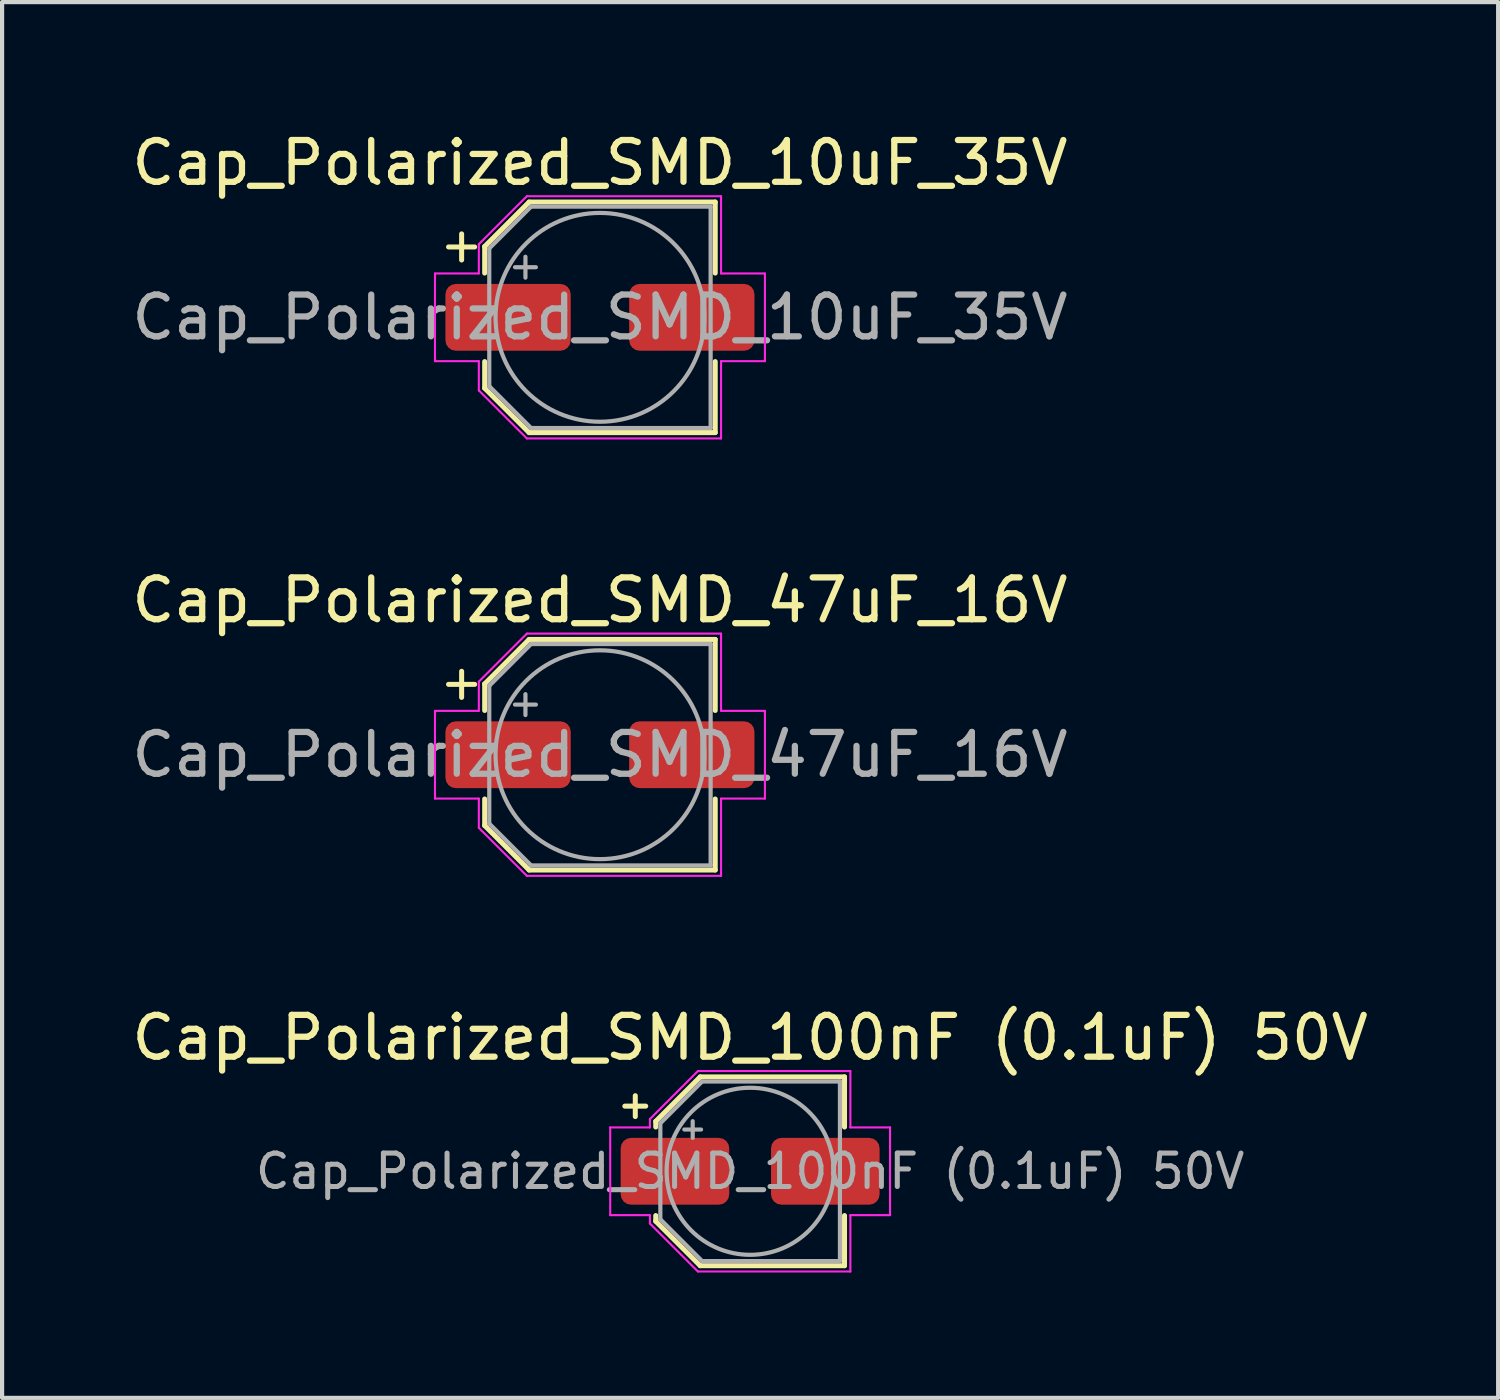
<source format=kicad_pcb>
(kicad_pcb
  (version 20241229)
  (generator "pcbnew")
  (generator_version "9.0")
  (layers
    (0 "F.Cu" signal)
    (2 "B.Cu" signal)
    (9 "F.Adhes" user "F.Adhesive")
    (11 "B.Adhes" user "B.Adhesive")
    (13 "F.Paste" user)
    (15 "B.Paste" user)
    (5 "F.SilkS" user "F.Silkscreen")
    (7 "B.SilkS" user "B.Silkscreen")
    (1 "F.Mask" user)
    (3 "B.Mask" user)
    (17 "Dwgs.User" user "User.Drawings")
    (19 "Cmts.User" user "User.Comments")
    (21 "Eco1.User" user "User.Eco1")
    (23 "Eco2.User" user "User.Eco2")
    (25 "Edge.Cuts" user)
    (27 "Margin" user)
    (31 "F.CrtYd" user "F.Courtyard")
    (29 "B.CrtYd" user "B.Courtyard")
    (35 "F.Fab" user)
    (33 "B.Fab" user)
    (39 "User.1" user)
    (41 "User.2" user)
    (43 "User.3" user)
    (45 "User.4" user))
  (footprint "Cap_Polarized_SMD_10uF_35V"
    (layer "F.Cu")
    (at 11.315 4.548)
    (property "Reference" "Cap_Polarized_SMD_10uF_35V" (at 0 -3.7 0) (layer "F.SilkS") (effects (font (size 1 1) (thickness 0.15))))
    (attr smd)
    (fp_line (start -3.625 -1.685) (end -3 -1.685) (stroke (width 0.12) (type solid)) (layer "F.SilkS"))
    (fp_line (start -3.312 -1.998) (end -3.312 -1.373) (stroke (width 0.12) (type solid)) (layer "F.SilkS"))
    (fp_line (start -2.76 -1.696) (end -2.76 -1.06) (stroke (width 0.12) (type solid)) (layer "F.SilkS"))
    (fp_line (start -2.76 -1.696) (end -1.696 -2.76) (stroke (width 0.12) (type solid)) (layer "F.SilkS"))
    (fp_line (start -2.76 1.696) (end -2.76 1.06) (stroke (width 0.12) (type solid)) (layer "F.SilkS"))
    (fp_line (start -2.76 1.696) (end -1.696 2.76) (stroke (width 0.12) (type solid)) (layer "F.SilkS"))
    (fp_line (start -1.696 -2.76) (end 2.76 -2.76) (stroke (width 0.12) (type solid)) (layer "F.SilkS"))
    (fp_line (start -1.696 2.76) (end 2.76 2.76) (stroke (width 0.12) (type solid)) (layer "F.SilkS"))
    (fp_line (start 2.76 -2.76) (end 2.76 -1.06) (stroke (width 0.12) (type solid)) (layer "F.SilkS"))
    (fp_line (start 2.76 2.76) (end 2.76 1.06) (stroke (width 0.12) (type solid)) (layer "F.SilkS"))
    (fp_line (start -3.95 -1.05) (end -3.95 1.05) (stroke (width 0.05) (type solid)) (layer "F.CrtYd"))
    (fp_line (start -3.95 1.05) (end -2.9 1.05) (stroke (width 0.05) (type solid)) (layer "F.CrtYd"))
    (fp_line (start -2.9 -1.75) (end -2.9 -1.05) (stroke (width 0.05) (type solid)) (layer "F.CrtYd"))
    (fp_line (start -2.9 -1.75) (end -1.75 -2.9) (stroke (width 0.05) (type solid)) (layer "F.CrtYd"))
    (fp_line (start -2.9 -1.05) (end -3.95 -1.05) (stroke (width 0.05) (type solid)) (layer "F.CrtYd"))
    (fp_line (start -2.9 1.05) (end -2.9 1.75) (stroke (width 0.05) (type solid)) (layer "F.CrtYd"))
    (fp_line (start -2.9 1.75) (end -1.75 2.9) (stroke (width 0.05) (type solid)) (layer "F.CrtYd"))
    (fp_line (start -1.75 -2.9) (end 2.9 -2.9) (stroke (width 0.05) (type solid)) (layer "F.CrtYd"))
    (fp_line (start -1.75 2.9) (end 2.9 2.9) (stroke (width 0.05) (type solid)) (layer "F.CrtYd"))
    (fp_line (start 2.9 -2.9) (end 2.9 -1.05) (stroke (width 0.05) (type solid)) (layer "F.CrtYd"))
    (fp_line (start 2.9 -1.05) (end 3.95 -1.05) (stroke (width 0.05) (type solid)) (layer "F.CrtYd"))
    (fp_line (start 2.9 1.05) (end 2.9 2.9) (stroke (width 0.05) (type solid)) (layer "F.CrtYd"))
    (fp_line (start 3.95 -1.05) (end 3.95 1.05) (stroke (width 0.05) (type solid)) (layer "F.CrtYd"))
    (fp_line (start 3.95 1.05) (end 2.9 1.05) (stroke (width 0.05) (type solid)) (layer "F.CrtYd"))
    (fp_line (start -2.65 -1.65) (end -2.65 1.65) (stroke (width 0.1) (type solid)) (layer "F.Fab"))
    (fp_line (start -2.65 -1.65) (end -1.65 -2.65) (stroke (width 0.1) (type solid)) (layer "F.Fab"))
    (fp_line (start -2.65 1.65) (end -1.65 2.65) (stroke (width 0.1) (type solid)) (layer "F.Fab"))
    (fp_line (start -2.034 -1.2) (end -1.534 -1.2) (stroke (width 0.1) (type solid)) (layer "F.Fab"))
    (fp_line (start -1.784 -1.45) (end -1.784 -0.95) (stroke (width 0.1) (type solid)) (layer "F.Fab"))
    (fp_line (start -1.65 -2.65) (end 2.65 -2.65) (stroke (width 0.1) (type solid)) (layer "F.Fab"))
    (fp_line (start -1.65 2.65) (end 2.65 2.65) (stroke (width 0.1) (type solid)) (layer "F.Fab"))
    (fp_line (start 2.65 -2.65) (end 2.65 2.65) (stroke (width 0.1) (type solid)) (layer "F.Fab"))
    (fp_circle (center 0 0) (end 2.5 0) (stroke (width 0.1) (type solid)) (fill no) (layer "F.Fab"))
    (fp_text user "${REFERENCE}" (at 0 0 0) (layer "F.Fab") (effects (font (size 1 1) (thickness 0.15))))
    (pad "1" smd roundrect (at -2.2 0) (size 3 1.6) (layers "F.Cu" "F.Mask" "F.Paste") (roundrect_rratio 0.156))
    (pad "2" smd roundrect (at 2.2 0) (size 3 1.6) (layers "F.Cu" "F.Mask" "F.Paste") (roundrect_rratio 0.156)))
  (footprint "Cap_Polarized_SMD_100nF (0.1uF) 50V"
    (layer "F.Cu")
    (at 14.911 24.995)
    (property "Reference" "Cap_Polarized_SMD_100nF (0.1uF) 50V" (at 0 -3.2 0) (layer "F.SilkS") (effects (font (size 1 1) (thickness 0.15))))
    (attr smd)
    (fp_line (start -3 -1.56) (end -2.5 -1.56) (stroke (width 0.12) (type solid)) (layer "F.SilkS"))
    (fp_line (start -2.75 -1.81) (end -2.75 -1.31) (stroke (width 0.12) (type solid)) (layer "F.SilkS"))
    (fp_line (start -2.26 -1.196) (end -2.26 -1.06) (stroke (width 0.12) (type solid)) (layer "F.SilkS"))
    (fp_line (start -2.26 -1.196) (end -1.196 -2.26) (stroke (width 0.12) (type solid)) (layer "F.SilkS"))
    (fp_line (start -2.26 1.196) (end -2.26 1.06) (stroke (width 0.12) (type solid)) (layer "F.SilkS"))
    (fp_line (start -2.26 1.196) (end -1.196 2.26) (stroke (width 0.12) (type solid)) (layer "F.SilkS"))
    (fp_line (start -1.196 -2.26) (end 2.26 -2.26) (stroke (width 0.12) (type solid)) (layer "F.SilkS"))
    (fp_line (start -1.196 2.26) (end 2.26 2.26) (stroke (width 0.12) (type solid)) (layer "F.SilkS"))
    (fp_line (start 2.26 -2.26) (end 2.26 -1.06) (stroke (width 0.12) (type solid)) (layer "F.SilkS"))
    (fp_line (start 2.26 2.26) (end 2.26 1.06) (stroke (width 0.12) (type solid)) (layer "F.SilkS"))
    (fp_line (start -3.35 -1.05) (end -3.35 1.05) (stroke (width 0.05) (type solid)) (layer "F.CrtYd"))
    (fp_line (start -3.35 1.05) (end -2.4 1.05) (stroke (width 0.05) (type solid)) (layer "F.CrtYd"))
    (fp_line (start -2.4 -1.25) (end -2.4 -1.05) (stroke (width 0.05) (type solid)) (layer "F.CrtYd"))
    (fp_line (start -2.4 -1.25) (end -1.25 -2.4) (stroke (width 0.05) (type solid)) (layer "F.CrtYd"))
    (fp_line (start -2.4 -1.05) (end -3.35 -1.05) (stroke (width 0.05) (type solid)) (layer "F.CrtYd"))
    (fp_line (start -2.4 1.05) (end -2.4 1.25) (stroke (width 0.05) (type solid)) (layer "F.CrtYd"))
    (fp_line (start -2.4 1.25) (end -1.25 2.4) (stroke (width 0.05) (type solid)) (layer "F.CrtYd"))
    (fp_line (start -1.25 -2.4) (end 2.4 -2.4) (stroke (width 0.05) (type solid)) (layer "F.CrtYd"))
    (fp_line (start -1.25 2.4) (end 2.4 2.4) (stroke (width 0.05) (type solid)) (layer "F.CrtYd"))
    (fp_line (start 2.4 -2.4) (end 2.4 -1.05) (stroke (width 0.05) (type solid)) (layer "F.CrtYd"))
    (fp_line (start 2.4 -1.05) (end 3.35 -1.05) (stroke (width 0.05) (type solid)) (layer "F.CrtYd"))
    (fp_line (start 2.4 1.05) (end 2.4 2.4) (stroke (width 0.05) (type solid)) (layer "F.CrtYd"))
    (fp_line (start 3.35 -1.05) (end 3.35 1.05) (stroke (width 0.05) (type solid)) (layer "F.CrtYd"))
    (fp_line (start 3.35 1.05) (end 2.4 1.05) (stroke (width 0.05) (type solid)) (layer "F.CrtYd"))
    (fp_line (start -2.15 -1.15) (end -2.15 1.15) (stroke (width 0.1) (type solid)) (layer "F.Fab"))
    (fp_line (start -2.15 -1.15) (end -1.15 -2.15) (stroke (width 0.1) (type solid)) (layer "F.Fab"))
    (fp_line (start -2.15 1.15) (end -1.15 2.15) (stroke (width 0.1) (type solid)) (layer "F.Fab"))
    (fp_line (start -1.575 -1) (end -1.175 -1) (stroke (width 0.1) (type solid)) (layer "F.Fab"))
    (fp_line (start -1.375 -1.2) (end -1.375 -0.8) (stroke (width 0.1) (type solid)) (layer "F.Fab"))
    (fp_line (start -1.15 -2.15) (end 2.15 -2.15) (stroke (width 0.1) (type solid)) (layer "F.Fab"))
    (fp_line (start -1.15 2.15) (end 2.15 2.15) (stroke (width 0.1) (type solid)) (layer "F.Fab"))
    (fp_line (start 2.15 -2.15) (end 2.15 2.15) (stroke (width 0.1) (type solid)) (layer "F.Fab"))
    (fp_circle (center 0 0) (end 2 0) (stroke (width 0.1) (type solid)) (fill no) (layer "F.Fab"))
    (fp_text user "${REFERENCE}" (at 0 0 0) (layer "F.Fab") (effects (font (size 0.8 0.8) (thickness 0.12))))
    (pad "1" smd roundrect (at -1.8 0) (size 2.6 1.6) (layers "F.Cu" "F.Mask" "F.Paste") (roundrect_rratio 0.156))
    (pad "2" smd roundrect (at 1.8 0) (size 2.6 1.6) (layers "F.Cu" "F.Mask" "F.Paste") (roundrect_rratio 0.156)))
  (footprint "Cap_Polarized_SMD_47uF_16V"
    (layer "F.Cu")
    (at 11.315 15.021)
    (property "Reference" "Cap_Polarized_SMD_47uF_16V" (at 0 -3.7 0) (layer "F.SilkS") (effects (font (size 1 1) (thickness 0.15))))
    (attr smd)
    (fp_line (start -3.625 -1.685) (end -3 -1.685) (stroke (width 0.12) (type solid)) (layer "F.SilkS"))
    (fp_line (start -3.312 -1.998) (end -3.312 -1.373) (stroke (width 0.12) (type solid)) (layer "F.SilkS"))
    (fp_line (start -2.76 -1.696) (end -2.76 -1.06) (stroke (width 0.12) (type solid)) (layer "F.SilkS"))
    (fp_line (start -2.76 -1.696) (end -1.696 -2.76) (stroke (width 0.12) (type solid)) (layer "F.SilkS"))
    (fp_line (start -2.76 1.696) (end -2.76 1.06) (stroke (width 0.12) (type solid)) (layer "F.SilkS"))
    (fp_line (start -2.76 1.696) (end -1.696 2.76) (stroke (width 0.12) (type solid)) (layer "F.SilkS"))
    (fp_line (start -1.696 -2.76) (end 2.76 -2.76) (stroke (width 0.12) (type solid)) (layer "F.SilkS"))
    (fp_line (start -1.696 2.76) (end 2.76 2.76) (stroke (width 0.12) (type solid)) (layer "F.SilkS"))
    (fp_line (start 2.76 -2.76) (end 2.76 -1.06) (stroke (width 0.12) (type solid)) (layer "F.SilkS"))
    (fp_line (start 2.76 2.76) (end 2.76 1.06) (stroke (width 0.12) (type solid)) (layer "F.SilkS"))
    (fp_line (start -3.95 -1.05) (end -3.95 1.05) (stroke (width 0.05) (type solid)) (layer "F.CrtYd"))
    (fp_line (start -3.95 1.05) (end -2.9 1.05) (stroke (width 0.05) (type solid)) (layer "F.CrtYd"))
    (fp_line (start -2.9 -1.75) (end -2.9 -1.05) (stroke (width 0.05) (type solid)) (layer "F.CrtYd"))
    (fp_line (start -2.9 -1.75) (end -1.75 -2.9) (stroke (width 0.05) (type solid)) (layer "F.CrtYd"))
    (fp_line (start -2.9 -1.05) (end -3.95 -1.05) (stroke (width 0.05) (type solid)) (layer "F.CrtYd"))
    (fp_line (start -2.9 1.05) (end -2.9 1.75) (stroke (width 0.05) (type solid)) (layer "F.CrtYd"))
    (fp_line (start -2.9 1.75) (end -1.75 2.9) (stroke (width 0.05) (type solid)) (layer "F.CrtYd"))
    (fp_line (start -1.75 -2.9) (end 2.9 -2.9) (stroke (width 0.05) (type solid)) (layer "F.CrtYd"))
    (fp_line (start -1.75 2.9) (end 2.9 2.9) (stroke (width 0.05) (type solid)) (layer "F.CrtYd"))
    (fp_line (start 2.9 -2.9) (end 2.9 -1.05) (stroke (width 0.05) (type solid)) (layer "F.CrtYd"))
    (fp_line (start 2.9 -1.05) (end 3.95 -1.05) (stroke (width 0.05) (type solid)) (layer "F.CrtYd"))
    (fp_line (start 2.9 1.05) (end 2.9 2.9) (stroke (width 0.05) (type solid)) (layer "F.CrtYd"))
    (fp_line (start 3.95 -1.05) (end 3.95 1.05) (stroke (width 0.05) (type solid)) (layer "F.CrtYd"))
    (fp_line (start 3.95 1.05) (end 2.9 1.05) (stroke (width 0.05) (type solid)) (layer "F.CrtYd"))
    (fp_line (start -2.65 -1.65) (end -2.65 1.65) (stroke (width 0.1) (type solid)) (layer "F.Fab"))
    (fp_line (start -2.65 -1.65) (end -1.65 -2.65) (stroke (width 0.1) (type solid)) (layer "F.Fab"))
    (fp_line (start -2.65 1.65) (end -1.65 2.65) (stroke (width 0.1) (type solid)) (layer "F.Fab"))
    (fp_line (start -2.034 -1.2) (end -1.534 -1.2) (stroke (width 0.1) (type solid)) (layer "F.Fab"))
    (fp_line (start -1.784 -1.45) (end -1.784 -0.95) (stroke (width 0.1) (type solid)) (layer "F.Fab"))
    (fp_line (start -1.65 -2.65) (end 2.65 -2.65) (stroke (width 0.1) (type solid)) (layer "F.Fab"))
    (fp_line (start -1.65 2.65) (end 2.65 2.65) (stroke (width 0.1) (type solid)) (layer "F.Fab"))
    (fp_line (start 2.65 -2.65) (end 2.65 2.65) (stroke (width 0.1) (type solid)) (layer "F.Fab"))
    (fp_circle (center 0 0) (end 2.5 0) (stroke (width 0.1) (type solid)) (fill no) (layer "F.Fab"))
    (fp_text user "${REFERENCE}" (at 0 0 0) (layer "F.Fab") (effects (font (size 1 1) (thickness 0.15))))
    (pad "1" smd roundrect (at -2.2 0) (size 3 1.6) (layers "F.Cu" "F.Mask" "F.Paste") (roundrect_rratio 0.156))
    (pad "2" smd roundrect (at 2.2 0) (size 3 1.6) (layers "F.Cu" "F.Mask" "F.Paste") (roundrect_rratio 0.156)))
  (gr_rect
    (start -3 -3)
    (end 32.821 30.42)
    (stroke (width 0.1) (type default))
    (fill no)
    (layer "Edge.Cuts")))
</source>
